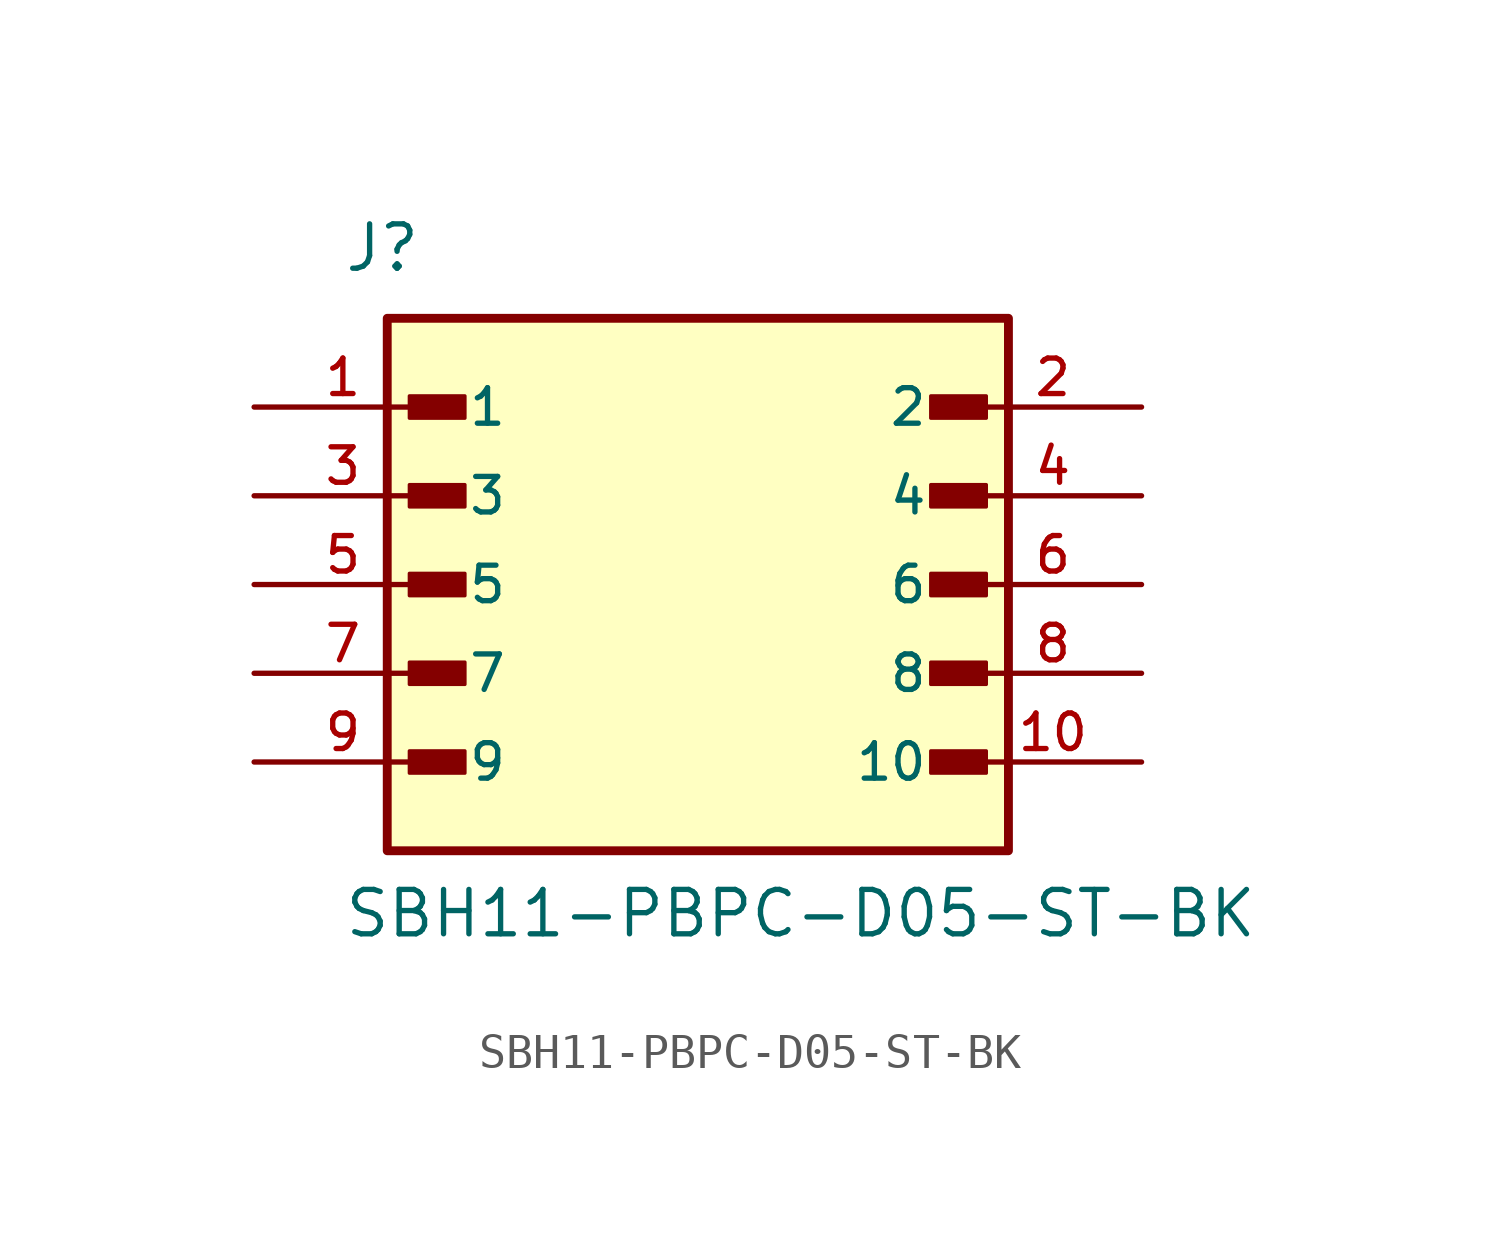
<source format=kicad_sym>
(kicad_symbol_lib
  (version 20211014)
  (generator kicad_symbol_editor)
  (symbol "SBH11-PBPC-D05-ST-BK"
    (pin_names
      (offset 1.016))
    (property "Reference" "J"
      (at -10.16 8.89 0)
      (effects (font (size 1.27 1.27)) (justify bottom left)))
    (property "Value" "SBH11-PBPC-D05-ST-BK"
      (at -10.16 -10.16 0)
      (effects (font (size 1.27 1.27)) (justify bottom left)))
    (symbol "SBH11-PBPC-D05-ST-BK_0_0"
      (rectangle (start -8.255 4.763) (end -6.668 5.397) (stroke (width 0.1)) (fill (type outline)))
      (rectangle (start -8.255 2.223) (end -6.668 2.857) (stroke (width 0.1)) (fill (type outline)))
      (rectangle (start -8.255 -0.318) (end -6.668 0.318) (stroke (width 0.1)) (fill (type outline)))
      (rectangle (start -8.255 -2.857) (end -6.668 -2.223) (stroke (width 0.1)) (fill (type outline)))
      (rectangle (start -8.255 -5.397) (end -6.668 -4.763) (stroke (width 0.1)) (fill (type outline)))
      (rectangle (start 6.668 -5.397) (end 8.255 -4.763) (stroke (width 0.1)) (fill (type outline)))
      (rectangle (start 6.668 -2.857) (end 8.255 -2.223) (stroke (width 0.1)) (fill (type outline)))
      (rectangle (start 6.668 -0.318) (end 8.255 0.318) (stroke (width 0.1)) (fill (type outline)))
      (rectangle (start 6.668 2.223) (end 8.255 2.857) (stroke (width 0.1)) (fill (type outline)))
      (rectangle (start 6.668 4.763) (end 8.255 5.397) (stroke (width 0.1)) (fill (type outline)))
      (rectangle (start -8.89 -7.62) (end 8.89 7.62) (stroke (width 0.254)) (fill (type background)))
      (pin passive line (at -12.7 5.08 0) (length 5.08) (name "1" (effects (font (size 1.016 1.016)))) (number "1" (effects (font (size 1.016 1.016)))))
      (pin passive line (at 12.7 5.08 180.0) (length 5.08) (name "2" (effects (font (size 1.016 1.016)))) (number "2" (effects (font (size 1.016 1.016)))))
      (pin passive line (at -12.7 2.54 0) (length 5.08) (name "3" (effects (font (size 1.016 1.016)))) (number "3" (effects (font (size 1.016 1.016)))))
      (pin passive line (at 12.7 2.54 180.0) (length 5.08) (name "4" (effects (font (size 1.016 1.016)))) (number "4" (effects (font (size 1.016 1.016)))))
      (pin passive line (at -12.7 0.0 0) (length 5.08) (name "5" (effects (font (size 1.016 1.016)))) (number "5" (effects (font (size 1.016 1.016)))))
      (pin passive line (at 12.7 0.0 180.0) (length 5.08) (name "6" (effects (font (size 1.016 1.016)))) (number "6" (effects (font (size 1.016 1.016)))))
      (pin passive line (at -12.7 -2.54 0) (length 5.08) (name "7" (effects (font (size 1.016 1.016)))) (number "7" (effects (font (size 1.016 1.016)))))
      (pin passive line (at 12.7 -2.54 180.0) (length 5.08) (name "8" (effects (font (size 1.016 1.016)))) (number "8" (effects (font (size 1.016 1.016)))))
      (pin passive line (at -12.7 -5.08 0) (length 5.08) (name "9" (effects (font (size 1.016 1.016)))) (number "9" (effects (font (size 1.016 1.016)))))
      (pin passive line (at 12.7 -5.08 180.0) (length 5.08) (name "10" (effects (font (size 1.016 1.016)))) (number "10" (effects (font (size 1.016 1.016))))))))
</source>
